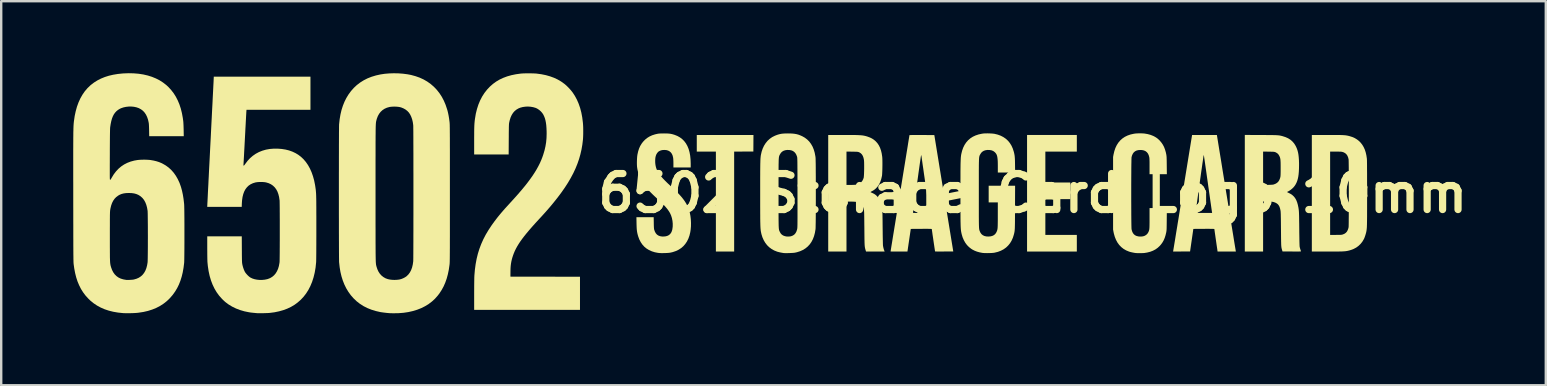
<source format=kicad_pcb>
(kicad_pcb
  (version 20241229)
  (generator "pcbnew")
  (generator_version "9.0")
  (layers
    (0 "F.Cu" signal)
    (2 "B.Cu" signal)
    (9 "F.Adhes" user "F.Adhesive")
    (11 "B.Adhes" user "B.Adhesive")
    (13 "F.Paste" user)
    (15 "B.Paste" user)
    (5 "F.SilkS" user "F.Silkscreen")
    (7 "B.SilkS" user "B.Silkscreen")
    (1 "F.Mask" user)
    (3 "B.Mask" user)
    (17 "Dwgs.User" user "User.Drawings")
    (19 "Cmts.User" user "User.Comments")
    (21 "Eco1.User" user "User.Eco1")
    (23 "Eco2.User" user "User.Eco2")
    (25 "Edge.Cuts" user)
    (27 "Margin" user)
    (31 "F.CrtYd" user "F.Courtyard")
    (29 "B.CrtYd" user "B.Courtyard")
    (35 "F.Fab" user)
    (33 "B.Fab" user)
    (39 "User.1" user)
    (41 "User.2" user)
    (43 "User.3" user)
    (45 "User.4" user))
  (footprint "6502 Storage Card Logo 10mm"
    (layer "F.Cu")
    (at 39.969 5)
    (property "Reference" "6502 Storage Card Logo 10mm" (at 0 0 0) (layer "F.SilkS") (effects (font (size 1.5 1.5) (thickness 0.3))))
    (attr board_only exclude_from_pos_files exclude_from_bom)
    (fp_poly (pts (xy -11.636 -2.084) (xy -11.638 -1.739) (xy -12.038 -1.737) (xy -12.438 -1.734) (xy -12.438 0.347) (xy -12.438 2.428) (xy -12.818 2.428) (xy -13.199 2.428) (xy -13.199 0.347) (xy -13.199 -1.735) (xy -13.597 -1.735) (xy -13.995 -1.735) (xy -13.995 -2.081) (xy -13.995 -2.428) (xy -12.814 -2.428) (xy -11.634 -2.428)) (stroke (width 0) (type solid)) (fill yes) (layer "F.SilkS"))
    (fp_poly (pts (xy 1.836 -2.081) (xy 1.836 -1.735) (xy 1.18 -1.735) (xy 0.525 -1.735) (xy 0.525 -1.091) (xy 0.525 -0.448) (xy 1.045 -0.448) (xy 1.565 -0.448) (xy 1.565 -0.102) (xy 1.565 0.245) (xy 1.045 0.245) (xy 0.525 0.245) (xy 0.525 0.99) (xy 0.525 1.735) (xy 1.18 1.735) (xy 1.836 1.735) (xy 1.836 2.081) (xy 1.836 2.428) (xy 0.8 2.428) (xy -0.237 2.428) (xy -0.237 0) (xy -0.237 -2.428) (xy 0.8 -2.428) (xy 1.836 -2.428)) (stroke (width 0) (type solid)) (fill yes) (layer "F.SilkS"))
    (fp_poly (pts (xy 7.153 -2.428) (xy 7.67 -2.428) (xy 7.79 -1.686) (xy 7.84 -1.383) (xy 7.887 -1.089) (xy 7.933 -0.805) (xy 7.978 -0.53) (xy 8.021 -0.266) (xy 8.062 -0.012) (xy 8.102 0.232) (xy 8.14 0.464) (xy 8.176 0.685) (xy 8.21 0.895) (xy 8.242 1.092) (xy 8.272 1.277) (xy 8.3 1.449) (xy 8.326 1.608) (xy 8.35 1.754) (xy 8.371 1.886) (xy 8.39 2.004) (xy 8.407 2.108) (xy 8.422 2.197) (xy 8.434 2.271) (xy 8.444 2.329) (xy 8.451 2.372) (xy 8.455 2.399) (xy 8.457 2.409) (xy 8.457 2.409) (xy 8.461 2.428) (xy 8.081 2.428) (xy 7.7 2.428) (xy 7.695 2.401) (xy 7.693 2.386) (xy 7.689 2.356) (xy 7.683 2.315) (xy 7.675 2.263) (xy 7.666 2.202) (xy 7.656 2.135) (xy 7.646 2.063) (xy 7.635 1.988) (xy 7.624 1.912) (xy 7.613 1.836) (xy 7.603 1.764) (xy 7.593 1.696) (xy 7.584 1.635) (xy 7.577 1.581) (xy 7.571 1.539) (xy 7.567 1.508) (xy 7.564 1.491) (xy 7.564 1.489) (xy 7.556 1.487) (xy 7.531 1.485) (xy 7.491 1.484) (xy 7.435 1.483) (xy 7.364 1.482) (xy 7.28 1.482) (xy 7.182 1.482) (xy 7.127 1.483) (xy 6.689 1.485) (xy 6.621 1.954) (xy 6.553 2.424) (xy 6.199 2.426) (xy 5.845 2.429) (xy 5.849 2.409) (xy 5.851 2.4) (xy 5.855 2.374) (xy 5.862 2.332) (xy 5.871 2.276) (xy 5.883 2.206) (xy 5.896 2.123) (xy 5.912 2.027) (xy 5.93 1.919) (xy 5.949 1.799) (xy 5.97 1.669) (xy 5.993 1.529) (xy 6.018 1.379) (xy 6.043 1.221) (xy 6.071 1.054) (xy 6.099 0.88) (xy 6.109 0.821) (xy 6.786 0.821) (xy 7.129 0.821) (xy 7.472 0.821) (xy 7.468 0.797) (xy 7.466 0.786) (xy 7.462 0.76) (xy 7.456 0.718) (xy 7.448 0.663) (xy 7.438 0.594) (xy 7.427 0.514) (xy 7.414 0.423) (xy 7.399 0.322) (xy 7.384 0.212) (xy 7.367 0.094) (xy 7.349 -0.031) (xy 7.331 -0.163) (xy 7.311 -0.299) (xy 7.297 -0.402) (xy 7.277 -0.541) (xy 7.258 -0.675) (xy 7.24 -0.804) (xy 7.223 -0.926) (xy 7.206 -1.041) (xy 7.191 -1.148) (xy 7.177 -1.245) (xy 7.165 -1.331) (xy 7.154 -1.407) (xy 7.144 -1.47) (xy 7.137 -1.52) (xy 7.132 -1.556) (xy 7.128 -1.576) (xy 7.128 -1.582) (xy 7.12 -1.58) (xy 7.118 -1.579) (xy 7.116 -1.57) (xy 7.113 -1.546) (xy 7.107 -1.507) (xy 7.099 -1.455) (xy 7.09 -1.39) (xy 7.079 -1.315) (xy 7.066 -1.23) (xy 7.053 -1.136) (xy 7.039 -1.035) (xy 7.023 -0.927) (xy 7.007 -0.814) (xy 6.991 -0.697) (xy 6.974 -0.577) (xy 6.957 -0.455) (xy 6.94 -0.333) (xy 6.923 -0.211) (xy 6.906 -0.091) (xy 6.89 0.027) (xy 6.874 0.14) (xy 6.859 0.248) (xy 6.845 0.35) (xy 6.833 0.444) (xy 6.821 0.53) (xy 6.811 0.606) (xy 6.802 0.671) (xy 6.795 0.723) (xy 6.79 0.763) (xy 6.787 0.788) (xy 6.786 0.797) (xy 6.786 0.821) (xy 6.109 0.821) (xy 6.128 0.7) (xy 6.159 0.513) (xy 6.19 0.321) (xy 6.222 0.125) (xy 6.245 -0.019) (xy 6.637 -2.428)) (stroke (width 0) (type solid)) (fill yes) (layer "F.SilkS"))
    (fp_poly (pts (xy 12.398 -2.428) (xy 12.512 -2.428) (xy 12.612 -2.428) (xy 12.699 -2.427) (xy 12.775 -2.426) (xy 12.84 -2.425) (xy 12.896 -2.423) (xy 12.944 -2.42) (xy 12.987 -2.417) (xy 13.024 -2.414) (xy 13.058 -2.409) (xy 13.089 -2.404) (xy 13.119 -2.398) (xy 13.15 -2.391) (xy 13.182 -2.383) (xy 13.184 -2.383) (xy 13.305 -2.345) (xy 13.413 -2.298) (xy 13.51 -2.239) (xy 13.597 -2.169) (xy 13.648 -2.118) (xy 13.719 -2.03) (xy 13.779 -1.932) (xy 13.829 -1.825) (xy 13.868 -1.706) (xy 13.898 -1.575) (xy 13.918 -1.437) (xy 13.919 -1.415) (xy 13.921 -1.377) (xy 13.922 -1.322) (xy 13.923 -1.251) (xy 13.924 -1.164) (xy 13.924 -1.06) (xy 13.925 -0.94) (xy 13.926 -0.805) (xy 13.926 -0.654) (xy 13.926 -0.487) (xy 13.927 -0.305) (xy 13.927 -0.107) (xy 13.927 0) (xy 13.927 0.182) (xy 13.927 0.349) (xy 13.927 0.5) (xy 13.927 0.636) (xy 13.926 0.759) (xy 13.926 0.87) (xy 13.926 0.968) (xy 13.925 1.056) (xy 13.924 1.133) (xy 13.923 1.202) (xy 13.922 1.261) (xy 13.921 1.313) (xy 13.919 1.359) (xy 13.918 1.398) (xy 13.916 1.433) (xy 13.913 1.463) (xy 13.911 1.49) (xy 13.908 1.514) (xy 13.905 1.537) (xy 13.902 1.559) (xy 13.898 1.581) (xy 13.896 1.591) (xy 13.886 1.638) (xy 13.871 1.693) (xy 13.853 1.752) (xy 13.834 1.809) (xy 13.815 1.86) (xy 13.798 1.899) (xy 13.797 1.902) (xy 13.733 2.011) (xy 13.658 2.107) (xy 13.572 2.19) (xy 13.476 2.261) (xy 13.368 2.319) (xy 13.248 2.364) (xy 13.184 2.383) (xy 13.151 2.391) (xy 13.121 2.398) (xy 13.09 2.404) (xy 13.059 2.409) (xy 13.026 2.414) (xy 12.988 2.417) (xy 12.946 2.42) (xy 12.898 2.423) (xy 12.842 2.425) (xy 12.778 2.426) (xy 12.703 2.427) (xy 12.616 2.428) (xy 12.517 2.428) (xy 12.403 2.428) (xy 12.274 2.428) (xy 12.268 2.428) (xy 11.625 2.428) (xy 11.625 0) (xy 12.387 0) (xy 12.387 1.735) (xy 12.621 1.735) (xy 12.692 1.734) (xy 12.748 1.734) (xy 12.792 1.733) (xy 12.826 1.732) (xy 12.853 1.73) (xy 12.874 1.727) (xy 12.893 1.723) (xy 12.912 1.717) (xy 12.98 1.69) (xy 13.037 1.651) (xy 13.084 1.601) (xy 13.119 1.537) (xy 13.146 1.461) (xy 13.157 1.409) (xy 13.158 1.394) (xy 13.159 1.363) (xy 13.16 1.318) (xy 13.161 1.258) (xy 13.162 1.187) (xy 13.162 1.104) (xy 13.163 1.01) (xy 13.164 0.908) (xy 13.164 0.797) (xy 13.165 0.68) (xy 13.165 0.557) (xy 13.165 0.429) (xy 13.166 0.298) (xy 13.166 0.164) (xy 13.166 0.029) (xy 13.166 -0.107) (xy 13.166 -0.241) (xy 13.165 -0.374) (xy 13.165 -0.504) (xy 13.165 -0.629) (xy 13.164 -0.749) (xy 13.164 -0.862) (xy 13.163 -0.968) (xy 13.163 -1.066) (xy 13.162 -1.153) (xy 13.161 -1.23) (xy 13.16 -1.294) (xy 13.159 -1.346) (xy 13.158 -1.383) (xy 13.157 -1.405) (xy 13.157 -1.409) (xy 13.136 -1.494) (xy 13.106 -1.565) (xy 13.066 -1.623) (xy 13.015 -1.669) (xy 12.954 -1.703) (xy 12.912 -1.717) (xy 12.893 -1.723) (xy 12.874 -1.727) (xy 12.853 -1.73) (xy 12.826 -1.732) (xy 12.791 -1.733) (xy 12.747 -1.734) (xy 12.691 -1.734) (xy 12.621 -1.735) (xy 12.387 -1.735) (xy 12.387 0) (xy 11.625 0) (xy 11.625 -2.428) (xy 12.268 -2.428)) (stroke (width 0) (type solid)) (fill yes) (layer "F.SilkS"))
    (fp_poly (pts (xy 4.497 -2.496) (xy 4.56 -2.494) (xy 4.616 -2.491) (xy 4.659 -2.487) (xy 4.79 -2.464) (xy 4.909 -2.431) (xy 5.018 -2.388) (xy 5.068 -2.363) (xy 5.141 -2.32) (xy 5.204 -2.274) (xy 5.264 -2.219) (xy 5.29 -2.193) (xy 5.359 -2.111) (xy 5.418 -2.024) (xy 5.468 -1.93) (xy 5.508 -1.825) (xy 5.542 -1.709) (xy 5.56 -1.625) (xy 5.565 -1.601) (xy 5.568 -1.578) (xy 5.571 -1.552) (xy 5.574 -1.523) (xy 5.576 -1.488) (xy 5.577 -1.445) (xy 5.579 -1.393) (xy 5.58 -1.329) (xy 5.581 -1.252) (xy 5.582 -1.166) (xy 5.586 -0.795) (xy 5.225 -0.795) (xy 4.865 -0.795) (xy 4.865 -1.121) (xy 4.865 -1.209) (xy 4.865 -1.283) (xy 4.864 -1.344) (xy 4.862 -1.393) (xy 4.861 -1.432) (xy 4.859 -1.462) (xy 4.856 -1.487) (xy 4.852 -1.507) (xy 4.852 -1.508) (xy 4.829 -1.589) (xy 4.795 -1.658) (xy 4.751 -1.712) (xy 4.697 -1.754) (xy 4.632 -1.783) (xy 4.555 -1.799) (xy 4.484 -1.803) (xy 4.399 -1.797) (xy 4.324 -1.779) (xy 4.261 -1.747) (xy 4.209 -1.703) (xy 4.167 -1.645) (xy 4.135 -1.574) (xy 4.116 -1.505) (xy 4.114 -1.489) (xy 4.113 -1.456) (xy 4.111 -1.409) (xy 4.11 -1.347) (xy 4.109 -1.274) (xy 4.107 -1.189) (xy 4.106 -1.093) (xy 4.105 -0.988) (xy 4.105 -0.875) (xy 4.104 -0.755) (xy 4.103 -0.629) (xy 4.103 -0.497) (xy 4.102 -0.362) (xy 4.102 -0.224) (xy 4.102 -0.084) (xy 4.102 0.056) (xy 4.102 0.196) (xy 4.102 0.335) (xy 4.103 0.471) (xy 4.103 0.603) (xy 4.104 0.73) (xy 4.104 0.852) (xy 4.105 0.966) (xy 4.106 1.073) (xy 4.107 1.17) (xy 4.108 1.257) (xy 4.109 1.333) (xy 4.111 1.397) (xy 4.112 1.447) (xy 4.114 1.482) (xy 4.116 1.502) (xy 4.116 1.504) (xy 4.139 1.586) (xy 4.17 1.654) (xy 4.211 1.708) (xy 4.261 1.749) (xy 4.323 1.779) (xy 4.397 1.797) (xy 4.427 1.801) (xy 4.516 1.804) (xy 4.596 1.794) (xy 4.667 1.77) (xy 4.727 1.733) (xy 4.777 1.684) (xy 4.816 1.621) (xy 4.829 1.591) (xy 4.837 1.569) (xy 4.844 1.549) (xy 4.849 1.527) (xy 4.854 1.503) (xy 4.857 1.474) (xy 4.86 1.44) (xy 4.862 1.398) (xy 4.863 1.347) (xy 4.864 1.285) (xy 4.865 1.211) (xy 4.865 1.123) (xy 4.865 1.036) (xy 4.865 0.618) (xy 5.225 0.618) (xy 5.586 0.618) (xy 5.582 1.077) (xy 5.581 1.178) (xy 5.58 1.264) (xy 5.579 1.336) (xy 5.578 1.396) (xy 5.577 1.446) (xy 5.576 1.486) (xy 5.574 1.52) (xy 5.572 1.547) (xy 5.569 1.571) (xy 5.566 1.592) (xy 5.563 1.613) (xy 5.561 1.625) (xy 5.531 1.75) (xy 5.496 1.861) (xy 5.453 1.961) (xy 5.401 2.052) (xy 5.339 2.137) (xy 5.29 2.193) (xy 5.205 2.272) (xy 5.111 2.339) (xy 5.008 2.393) (xy 4.893 2.437) (xy 4.767 2.469) (xy 4.659 2.487) (xy 4.628 2.49) (xy 4.585 2.492) (xy 4.533 2.494) (xy 4.476 2.494) (xy 4.419 2.495) (xy 4.366 2.494) (xy 4.322 2.492) (xy 4.29 2.49) (xy 4.24 2.483) (xy 4.181 2.472) (xy 4.119 2.459) (xy 4.061 2.445) (xy 4.013 2.43) (xy 4.004 2.427) (xy 3.887 2.378) (xy 3.781 2.316) (xy 3.686 2.241) (xy 3.602 2.154) (xy 3.529 2.054) (xy 3.468 1.941) (xy 3.418 1.817) (xy 3.379 1.68) (xy 3.365 1.614) (xy 3.346 1.51) (xy 3.346 0) (xy 3.346 -1.51) (xy 3.365 -1.614) (xy 3.399 -1.757) (xy 3.443 -1.887) (xy 3.499 -2.004) (xy 3.566 -2.109) (xy 3.645 -2.202) (xy 3.735 -2.282) (xy 3.836 -2.35) (xy 3.949 -2.405) (xy 4.073 -2.448) (xy 4.209 -2.478) (xy 4.267 -2.487) (xy 4.311 -2.491) (xy 4.368 -2.494) (xy 4.431 -2.496)) (stroke (width 0) (type solid)) (fill yes) (layer "F.SilkS"))
    (fp_poly (pts (xy -4.677 -2.426) (xy -4.618 -2.426) (xy -4.1 -2.424) (xy -3.706 0) (xy -3.311 2.424) (xy -3.688 2.426) (xy -3.766 2.427) (xy -3.839 2.427) (xy -3.904 2.427) (xy -3.962 2.427) (xy -4.008 2.426) (xy -4.043 2.426) (xy -4.063 2.425) (xy -4.068 2.424) (xy -4.07 2.416) (xy -4.074 2.392) (xy -4.08 2.355) (xy -4.087 2.307) (xy -4.096 2.25) (xy -4.105 2.185) (xy -4.116 2.115) (xy -4.127 2.04) (xy -4.138 1.964) (xy -4.149 1.887) (xy -4.16 1.813) (xy -4.171 1.741) (xy -4.18 1.675) (xy -4.188 1.617) (xy -4.195 1.567) (xy -4.201 1.528) (xy -4.204 1.502) (xy -4.205 1.491) (xy -4.208 1.489) (xy -4.219 1.487) (xy -4.237 1.485) (xy -4.265 1.484) (xy -4.303 1.483) (xy -4.354 1.482) (xy -4.417 1.482) (xy -4.494 1.482) (xy -4.586 1.482) (xy -4.643 1.483) (xy -5.081 1.485) (xy -5.15 1.954) (xy -5.163 2.042) (xy -5.175 2.123) (xy -5.186 2.199) (xy -5.196 2.266) (xy -5.204 2.323) (xy -5.211 2.369) (xy -5.216 2.403) (xy -5.219 2.422) (xy -5.22 2.426) (xy -5.228 2.427) (xy -5.251 2.427) (xy -5.287 2.428) (xy -5.333 2.428) (xy -5.387 2.428) (xy -5.448 2.428) (xy -5.513 2.428) (xy -5.579 2.428) (xy -5.645 2.428) (xy -5.709 2.428) (xy -5.769 2.428) (xy -5.821 2.427) (xy -5.865 2.427) (xy -5.898 2.426) (xy -5.918 2.426) (xy -5.923 2.425) (xy -5.921 2.417) (xy -5.917 2.392) (xy -5.911 2.352) (xy -5.902 2.297) (xy -5.891 2.229) (xy -5.878 2.147) (xy -5.862 2.052) (xy -5.845 1.945) (xy -5.826 1.826) (xy -5.805 1.697) (xy -5.782 1.558) (xy -5.758 1.409) (xy -5.732 1.251) (xy -5.705 1.086) (xy -5.677 0.912) (xy -5.66 0.81) (xy -4.989 0.81) (xy -4.987 0.813) (xy -4.98 0.815) (xy -4.967 0.817) (xy -4.947 0.818) (xy -4.918 0.819) (xy -4.879 0.82) (xy -4.828 0.82) (xy -4.763 0.821) (xy -4.684 0.821) (xy -4.646 0.821) (xy -4.298 0.821) (xy -4.302 0.802) (xy -4.304 0.791) (xy -4.308 0.765) (xy -4.314 0.724) (xy -4.322 0.669) (xy -4.331 0.601) (xy -4.343 0.521) (xy -4.356 0.43) (xy -4.37 0.33) (xy -4.385 0.22) (xy -4.402 0.102) (xy -4.42 -0.023) (xy -4.438 -0.154) (xy -4.458 -0.29) (xy -4.473 -0.398) (xy -4.492 -0.537) (xy -4.511 -0.672) (xy -4.53 -0.801) (xy -4.547 -0.923) (xy -4.563 -1.038) (xy -4.579 -1.145) (xy -4.593 -1.242) (xy -4.605 -1.329) (xy -4.616 -1.405) (xy -4.625 -1.468) (xy -4.632 -1.519) (xy -4.638 -1.555) (xy -4.641 -1.576) (xy -4.642 -1.582) (xy -4.65 -1.58) (xy -4.652 -1.577) (xy -4.654 -1.568) (xy -4.658 -1.543) (xy -4.665 -1.503) (xy -4.673 -1.45) (xy -4.682 -1.383) (xy -4.694 -1.304) (xy -4.707 -1.215) (xy -4.721 -1.115) (xy -4.736 -1.006) (xy -4.753 -0.889) (xy -4.77 -0.764) (xy -4.788 -0.634) (xy -4.807 -0.498) (xy -4.822 -0.389) (xy -4.841 -0.25) (xy -4.86 -0.115) (xy -4.878 0.015) (xy -4.895 0.138) (xy -4.911 0.254) (xy -4.926 0.361) (xy -4.94 0.46) (xy -4.952 0.548) (xy -4.963 0.624) (xy -4.972 0.689) (xy -4.979 0.74) (xy -4.985 0.777) (xy -4.988 0.8) (xy -4.989 0.806) (xy -4.989 0.81) (xy -5.66 0.81) (xy -5.648 0.732) (xy -5.617 0.546) (xy -5.586 0.354) (xy -5.554 0.158) (xy -5.529 0.005) (xy -5.497 -0.195) (xy -5.465 -0.391) (xy -5.434 -0.582) (xy -5.404 -0.767) (xy -5.375 -0.945) (xy -5.347 -1.117) (xy -5.32 -1.281) (xy -5.295 -1.437) (xy -5.271 -1.584) (xy -5.249 -1.721) (xy -5.228 -1.848) (xy -5.209 -1.964) (xy -5.193 -2.068) (xy -5.178 -2.161) (xy -5.165 -2.24) (xy -5.154 -2.306) (xy -5.146 -2.357) (xy -5.14 -2.394) (xy -5.137 -2.415) (xy -5.136 -2.421) (xy -5.128 -2.422) (xy -5.103 -2.424) (xy -5.064 -2.425) (xy -5.011 -2.426) (xy -4.944 -2.426) (xy -4.866 -2.427) (xy -4.776 -2.427)) (stroke (width 0) (type solid)) (fill yes) (layer "F.SilkS"))
    (fp_poly (pts (xy -7.757 -2.428) (xy -7.636 -2.428) (xy -7.529 -2.427) (xy -7.436 -2.426) (xy -7.354 -2.425) (xy -7.282 -2.422) (xy -7.219 -2.419) (xy -7.164 -2.416) (xy -7.115 -2.411) (xy -7.072 -2.406) (xy -7.032 -2.399) (xy -6.995 -2.391) (xy -6.958 -2.382) (xy -6.922 -2.372) (xy -6.884 -2.36) (xy -6.874 -2.356) (xy -6.779 -2.321) (xy -6.698 -2.281) (xy -6.625 -2.234) (xy -6.557 -2.178) (xy -6.538 -2.16) (xy -6.469 -2.083) (xy -6.411 -1.996) (xy -6.362 -1.898) (xy -6.323 -1.787) (xy -6.293 -1.665) (xy -6.272 -1.528) (xy -6.269 -1.5) (xy -6.266 -1.46) (xy -6.264 -1.407) (xy -6.263 -1.343) (xy -6.262 -1.271) (xy -6.262 -1.195) (xy -6.263 -1.116) (xy -6.264 -1.037) (xy -6.266 -0.961) (xy -6.269 -0.89) (xy -6.272 -0.827) (xy -6.275 -0.775) (xy -6.279 -0.736) (xy -6.281 -0.723) (xy -6.311 -0.592) (xy -6.351 -0.474) (xy -6.402 -0.369) (xy -6.464 -0.277) (xy -6.536 -0.198) (xy -6.619 -0.132) (xy -6.689 -0.091) (xy -6.72 -0.075) (xy -6.743 -0.061) (xy -6.756 -0.051) (xy -6.758 -0.048) (xy -6.75 -0.042) (xy -6.729 -0.032) (xy -6.701 -0.019) (xy -6.694 -0.016) (xy -6.61 0.024) (xy -6.536 0.075) (xy -6.472 0.137) (xy -6.417 0.211) (xy -6.37 0.297) (xy -6.331 0.396) (xy -6.3 0.51) (xy -6.276 0.638) (xy -6.272 0.663) (xy -6.27 0.684) (xy -6.268 0.71) (xy -6.266 0.742) (xy -6.264 0.781) (xy -6.262 0.829) (xy -6.26 0.885) (xy -6.259 0.953) (xy -6.258 1.031) (xy -6.256 1.123) (xy -6.255 1.228) (xy -6.254 1.349) (xy -6.253 1.447) (xy -6.251 1.591) (xy -6.25 1.721) (xy -6.248 1.836) (xy -6.246 1.936) (xy -6.244 2.02) (xy -6.243 2.088) (xy -6.241 2.141) (xy -6.239 2.177) (xy -6.237 2.195) (xy -6.221 2.274) (xy -6.202 2.343) (xy -6.185 2.39) (xy -6.169 2.428) (xy -6.557 2.428) (xy -6.945 2.428) (xy -6.962 2.371) (xy -6.97 2.345) (xy -6.977 2.321) (xy -6.983 2.297) (xy -6.988 2.273) (xy -6.993 2.247) (xy -6.997 2.219) (xy -7 2.186) (xy -7.003 2.147) (xy -7.005 2.102) (xy -7.007 2.049) (xy -7.008 1.986) (xy -7.01 1.913) (xy -7.011 1.829) (xy -7.012 1.732) (xy -7.013 1.62) (xy -7.014 1.493) (xy -7.014 1.455) (xy -7.016 1.327) (xy -7.017 1.215) (xy -7.018 1.117) (xy -7.019 1.033) (xy -7.02 0.961) (xy -7.021 0.9) (xy -7.022 0.85) (xy -7.023 0.808) (xy -7.025 0.775) (xy -7.027 0.747) (xy -7.028 0.726) (xy -7.031 0.708) (xy -7.033 0.694) (xy -7.035 0.688) (xy -7.053 0.619) (xy -7.072 0.564) (xy -7.096 0.519) (xy -7.124 0.48) (xy -7.154 0.449) (xy -7.189 0.421) (xy -7.227 0.398) (xy -7.27 0.379) (xy -7.32 0.366) (xy -7.379 0.356) (xy -7.45 0.351) (xy -7.534 0.348) (xy -7.587 0.347) (xy -7.759 0.347) (xy -7.759 1.388) (xy -7.759 2.428) (xy -8.14 2.428) (xy -8.52 2.428) (xy -8.52 0) (xy -8.52 -1.041) (xy -7.759 -1.041) (xy -7.759 -0.347) (xy -7.587 -0.347) (xy -7.516 -0.348) (xy -7.453 -0.35) (xy -7.4 -0.353) (xy -7.36 -0.358) (xy -7.352 -0.359) (xy -7.272 -0.38) (xy -7.203 -0.413) (xy -7.146 -0.459) (xy -7.099 -0.517) (xy -7.062 -0.588) (xy -7.042 -0.647) (xy -7.038 -0.671) (xy -7.035 -0.709) (xy -7.031 -0.758) (xy -7.028 -0.818) (xy -7.026 -0.885) (xy -7.024 -0.956) (xy -7.023 -1.03) (xy -7.023 -1.103) (xy -7.023 -1.174) (xy -7.024 -1.24) (xy -7.025 -1.298) (xy -7.028 -1.346) (xy -7.031 -1.382) (xy -7.031 -1.388) (xy -7.05 -1.477) (xy -7.077 -1.552) (xy -7.114 -1.614) (xy -7.16 -1.663) (xy -7.217 -1.7) (xy -7.241 -1.711) (xy -7.256 -1.716) (xy -7.272 -1.721) (xy -7.289 -1.724) (xy -7.311 -1.727) (xy -7.34 -1.729) (xy -7.377 -1.73) (xy -7.426 -1.731) (xy -7.489 -1.732) (xy -7.524 -1.733) (xy -7.759 -1.736) (xy -7.759 -1.041) (xy -8.52 -1.041) (xy -8.52 -2.428) (xy -7.894 -2.428)) (stroke (width 0) (type solid)) (fill yes) (layer "F.SilkS"))
    (fp_poly (pts (xy -15.277 -2.491) (xy -15.207 -2.489) (xy -15.146 -2.484) (xy -15.092 -2.477) (xy -15.04 -2.467) (xy -14.988 -2.454) (xy -14.931 -2.436) (xy -14.917 -2.432) (xy -14.8 -2.385) (xy -14.694 -2.325) (xy -14.6 -2.254) (xy -14.517 -2.17) (xy -14.445 -2.074) (xy -14.385 -1.966) (xy -14.335 -1.845) (xy -14.297 -1.711) (xy -14.27 -1.565) (xy -14.254 -1.406) (xy -14.248 -1.237) (xy -14.248 -1.075) (xy -14.608 -1.075) (xy -14.968 -1.075) (xy -14.968 -1.237) (xy -14.969 -1.319) (xy -14.972 -1.391) (xy -14.976 -1.451) (xy -14.98 -1.481) (xy -15 -1.566) (xy -15.031 -1.638) (xy -15.073 -1.698) (xy -15.126 -1.744) (xy -15.189 -1.778) (xy -15.263 -1.798) (xy -15.347 -1.804) (xy -15.412 -1.801) (xy -15.467 -1.791) (xy -15.522 -1.773) (xy -15.571 -1.748) (xy -15.604 -1.723) (xy -15.647 -1.673) (xy -15.681 -1.615) (xy -15.705 -1.549) (xy -15.721 -1.472) (xy -15.727 -1.384) (xy -15.727 -1.297) (xy -15.721 -1.218) (xy -15.709 -1.142) (xy -15.691 -1.068) (xy -15.666 -0.995) (xy -15.632 -0.923) (xy -15.589 -0.849) (xy -15.537 -0.774) (xy -15.475 -0.695) (xy -15.402 -0.612) (xy -15.316 -0.523) (xy -15.219 -0.427) (xy -15.108 -0.324) (xy -15.073 -0.292) (xy -14.946 -0.174) (xy -14.832 -0.063) (xy -14.731 0.042) (xy -14.642 0.142) (xy -14.564 0.238) (xy -14.497 0.331) (xy -14.439 0.422) (xy -14.391 0.513) (xy -14.35 0.606) (xy -14.316 0.699) (xy -14.289 0.797) (xy -14.286 0.806) (xy -14.26 0.942) (xy -14.243 1.086) (xy -14.236 1.235) (xy -14.238 1.383) (xy -14.251 1.527) (xy -14.266 1.623) (xy -14.3 1.764) (xy -14.346 1.892) (xy -14.404 2.009) (xy -14.474 2.113) (xy -14.555 2.205) (xy -14.648 2.285) (xy -14.753 2.353) (xy -14.869 2.408) (xy -14.997 2.451) (xy -15.082 2.471) (xy -15.13 2.479) (xy -15.19 2.485) (xy -15.259 2.489) (xy -15.333 2.492) (xy -15.408 2.493) (xy -15.479 2.493) (xy -15.544 2.49) (xy -15.596 2.485) (xy -15.606 2.484) (xy -15.745 2.457) (xy -15.871 2.417) (xy -15.986 2.365) (xy -16.09 2.301) (xy -16.182 2.225) (xy -16.262 2.136) (xy -16.331 2.034) (xy -16.39 1.92) (xy -16.437 1.792) (xy -16.452 1.739) (xy -16.466 1.685) (xy -16.477 1.632) (xy -16.486 1.578) (xy -16.493 1.521) (xy -16.498 1.456) (xy -16.501 1.381) (xy -16.504 1.294) (xy -16.505 1.242) (xy -16.509 0.998) (xy -16.15 0.998) (xy -15.79 0.998) (xy -15.786 1.233) (xy -15.785 1.309) (xy -15.783 1.37) (xy -15.781 1.418) (xy -15.778 1.456) (xy -15.775 1.485) (xy -15.771 1.507) (xy -15.768 1.519) (xy -15.739 1.6) (xy -15.701 1.667) (xy -15.654 1.721) (xy -15.597 1.76) (xy -15.53 1.787) (xy -15.452 1.801) (xy -15.397 1.803) (xy -15.308 1.797) (xy -15.231 1.779) (xy -15.165 1.748) (xy -15.11 1.704) (xy -15.066 1.648) (xy -15.034 1.579) (xy -15.014 1.509) (xy -14.998 1.393) (xy -14.996 1.272) (xy -15.007 1.151) (xy -15.031 1.032) (xy -15.067 0.919) (xy -15.112 0.822) (xy -15.163 0.739) (xy -15.228 0.649) (xy -15.308 0.554) (xy -15.4 0.455) (xy -15.506 0.352) (xy -15.548 0.313) (xy -15.65 0.22) (xy -15.74 0.136) (xy -15.82 0.06) (xy -15.89 -0.009) (xy -15.952 -0.071) (xy -16.008 -0.13) (xy -16.057 -0.185) (xy -16.102 -0.238) (xy -16.144 -0.291) (xy -16.183 -0.344) (xy -16.222 -0.399) (xy -16.238 -0.423) (xy -16.318 -0.557) (xy -16.383 -0.696) (xy -16.432 -0.842) (xy -16.467 -0.995) (xy -16.483 -1.1) (xy -16.487 -1.157) (xy -16.489 -1.225) (xy -16.489 -1.301) (xy -16.487 -1.38) (xy -16.483 -1.457) (xy -16.478 -1.529) (xy -16.47 -1.59) (xy -16.466 -1.616) (xy -16.437 -1.745) (xy -16.4 -1.86) (xy -16.354 -1.964) (xy -16.298 -2.058) (xy -16.238 -2.139) (xy -16.155 -2.227) (xy -16.064 -2.302) (xy -15.964 -2.364) (xy -15.853 -2.415) (xy -15.731 -2.454) (xy -15.651 -2.472) (xy -15.617 -2.479) (xy -15.585 -2.484) (xy -15.552 -2.487) (xy -15.515 -2.489) (xy -15.47 -2.491) (xy -15.414 -2.491) (xy -15.361 -2.492)) (stroke (width 0) (type solid)) (fill yes) (layer "F.SilkS"))
    (fp_poly (pts (xy 9.508 -2.426) (xy 9.636 -2.426) (xy 9.748 -2.425) (xy 9.846 -2.424) (xy 9.931 -2.424) (xy 10.004 -2.423) (xy 10.066 -2.421) (xy 10.12 -2.42) (xy 10.166 -2.417) (xy 10.206 -2.415) (xy 10.24 -2.412) (xy 10.27 -2.408) (xy 10.298 -2.403) (xy 10.325 -2.398) (xy 10.352 -2.392) (xy 10.38 -2.385) (xy 10.41 -2.377) (xy 10.53 -2.338) (xy 10.637 -2.29) (xy 10.732 -2.23) (xy 10.814 -2.159) (xy 10.886 -2.076) (xy 10.946 -1.981) (xy 10.974 -1.926) (xy 11.006 -1.851) (xy 11.032 -1.772) (xy 11.053 -1.688) (xy 11.069 -1.595) (xy 11.08 -1.492) (xy 11.088 -1.378) (xy 11.092 -1.25) (xy 11.092 -1.172) (xy 11.09 -1.03) (xy 11.084 -0.903) (xy 11.074 -0.79) (xy 11.06 -0.688) (xy 11.04 -0.597) (xy 11.016 -0.515) (xy 10.986 -0.439) (xy 10.95 -0.369) (xy 10.914 -0.313) (xy 10.867 -0.253) (xy 10.807 -0.194) (xy 10.742 -0.141) (xy 10.674 -0.096) (xy 10.629 -0.073) (xy 10.608 -0.062) (xy 10.596 -0.052) (xy 10.595 -0.049) (xy 10.604 -0.043) (xy 10.624 -0.032) (xy 10.652 -0.018) (xy 10.661 -0.014) (xy 10.743 0.028) (xy 10.814 0.077) (xy 10.877 0.136) (xy 10.93 0.204) (xy 10.975 0.284) (xy 11.012 0.375) (xy 11.042 0.481) (xy 11.067 0.6) (xy 11.077 0.668) (xy 11.08 0.692) (xy 11.083 0.717) (xy 11.085 0.743) (xy 11.087 0.772) (xy 11.089 0.806) (xy 11.091 0.845) (xy 11.092 0.891) (xy 11.094 0.946) (xy 11.095 1.01) (xy 11.096 1.085) (xy 11.097 1.172) (xy 11.099 1.272) (xy 11.1 1.388) (xy 11.101 1.485) (xy 11.102 1.619) (xy 11.104 1.742) (xy 11.106 1.853) (xy 11.107 1.951) (xy 11.109 2.035) (xy 11.111 2.105) (xy 11.113 2.16) (xy 11.115 2.2) (xy 11.117 2.223) (xy 11.117 2.227) (xy 11.125 2.261) (xy 11.136 2.303) (xy 11.15 2.348) (xy 11.163 2.388) (xy 11.173 2.414) (xy 11.173 2.417) (xy 11.171 2.42) (xy 11.165 2.422) (xy 11.154 2.424) (xy 11.135 2.425) (xy 11.109 2.426) (xy 11.072 2.427) (xy 11.025 2.427) (xy 10.964 2.427) (xy 10.89 2.427) (xy 10.801 2.426) (xy 10.791 2.426) (xy 10.404 2.424) (xy 10.388 2.373) (xy 10.381 2.349) (xy 10.374 2.327) (xy 10.369 2.306) (xy 10.364 2.284) (xy 10.359 2.26) (xy 10.356 2.234) (xy 10.353 2.203) (xy 10.35 2.167) (xy 10.348 2.124) (xy 10.347 2.073) (xy 10.345 2.013) (xy 10.344 1.943) (xy 10.343 1.861) (xy 10.342 1.766) (xy 10.341 1.658) (xy 10.34 1.534) (xy 10.339 1.493) (xy 10.338 1.363) (xy 10.337 1.248) (xy 10.336 1.147) (xy 10.335 1.061) (xy 10.333 0.987) (xy 10.332 0.924) (xy 10.331 0.872) (xy 10.329 0.828) (xy 10.327 0.793) (xy 10.326 0.765) (xy 10.323 0.743) (xy 10.321 0.725) (xy 10.32 0.719) (xy 10.301 0.634) (xy 10.278 0.564) (xy 10.247 0.506) (xy 10.21 0.459) (xy 10.163 0.422) (xy 10.105 0.391) (xy 10.063 0.375) (xy 10.041 0.368) (xy 10.022 0.362) (xy 10.001 0.358) (xy 9.978 0.355) (xy 9.948 0.353) (xy 9.91 0.351) (xy 9.86 0.35) (xy 9.796 0.349) (xy 9.595 0.345) (xy 9.595 1.387) (xy 9.595 2.428) (xy 9.214 2.428) (xy 8.833 2.428) (xy 8.833 -0.000421) (xy 8.833 -1.04) (xy 9.595 -1.04) (xy 9.595 -0.345) (xy 9.796 -0.349) (xy 9.865 -0.351) (xy 9.92 -0.353) (xy 9.962 -0.355) (xy 9.995 -0.358) (xy 10.02 -0.362) (xy 10.04 -0.367) (xy 10.043 -0.368) (xy 10.118 -0.398) (xy 10.18 -0.437) (xy 10.23 -0.486) (xy 10.269 -0.547) (xy 10.299 -0.62) (xy 10.312 -0.669) (xy 10.316 -0.688) (xy 10.319 -0.71) (xy 10.321 -0.736) (xy 10.323 -0.768) (xy 10.324 -0.808) (xy 10.325 -0.858) (xy 10.326 -0.92) (xy 10.326 -0.996) (xy 10.326 -1.049) (xy 10.326 -1.143) (xy 10.325 -1.222) (xy 10.324 -1.289) (xy 10.321 -1.343) (xy 10.318 -1.389) (xy 10.313 -1.428) (xy 10.306 -1.461) (xy 10.298 -1.491) (xy 10.287 -1.519) (xy 10.275 -1.548) (xy 10.267 -1.563) (xy 10.232 -1.62) (xy 10.186 -1.665) (xy 10.129 -1.7) (xy 10.105 -1.711) (xy 10.089 -1.716) (xy 10.074 -1.721) (xy 10.057 -1.724) (xy 10.035 -1.727) (xy 10.007 -1.729) (xy 9.97 -1.73) (xy 9.922 -1.731) (xy 9.86 -1.732) (xy 9.825 -1.733) (xy 9.595 -1.736) (xy 9.595 -1.04) (xy 8.833 -1.04) (xy 8.833 -2.429)) (stroke (width 0) (type solid)) (fill yes) (layer "F.SilkS"))
    (fp_poly (pts (xy -20.912 -4.995) (xy -20.836 -4.993) (xy -20.768 -4.991) (xy -20.71 -4.988) (xy -20.67 -4.985) (xy -20.47 -4.958) (xy -20.283 -4.92) (xy -20.107 -4.87) (xy -19.943 -4.81) (xy -19.789 -4.738) (xy -19.645 -4.654) (xy -19.511 -4.558) (xy -19.49 -4.541) (xy -19.434 -4.493) (xy -19.374 -4.435) (xy -19.312 -4.372) (xy -19.253 -4.306) (xy -19.201 -4.243) (xy -19.171 -4.205) (xy -19.074 -4.058) (xy -18.989 -3.9) (xy -18.916 -3.732) (xy -18.854 -3.553) (xy -18.804 -3.362) (xy -18.766 -3.16) (xy -18.739 -2.945) (xy -18.733 -2.873) (xy -18.729 -2.804) (xy -18.726 -2.722) (xy -18.725 -2.632) (xy -18.725 -2.539) (xy -18.726 -2.447) (xy -18.729 -2.36) (xy -18.733 -2.282) (xy -18.737 -2.229) (xy -18.762 -2.023) (xy -18.797 -1.821) (xy -18.843 -1.621) (xy -18.899 -1.424) (xy -18.967 -1.228) (xy -19.046 -1.033) (xy -19.138 -0.836) (xy -19.243 -0.639) (xy -19.36 -0.439) (xy -19.491 -0.236) (xy -19.637 -0.028) (xy -19.796 0.184) (xy -19.97 0.402) (xy -20.036 0.482) (xy -20.102 0.561) (xy -20.167 0.636) (xy -20.232 0.711) (xy -20.3 0.788) (xy -20.373 0.869) (xy -20.452 0.956) (xy -20.541 1.052) (xy -20.586 1.101) (xy -20.728 1.256) (xy -20.857 1.4) (xy -20.975 1.536) (xy -21.082 1.663) (xy -21.179 1.783) (xy -21.265 1.896) (xy -21.343 2.004) (xy -21.412 2.108) (xy -21.473 2.208) (xy -21.526 2.305) (xy -21.573 2.4) (xy -21.613 2.494) (xy -21.648 2.589) (xy -21.679 2.684) (xy -21.698 2.754) (xy -21.719 2.845) (xy -21.735 2.936) (xy -21.746 3.029) (xy -21.753 3.131) (xy -21.756 3.244) (xy -21.756 3.274) (xy -21.758 3.473) (xy -20.309 3.475) (xy -18.86 3.478) (xy -18.86 4.167) (xy -18.86 4.857) (xy -21.064 4.857) (xy -23.268 4.857) (xy -23.268 4.21) (xy -23.268 4.103) (xy -23.267 3.998) (xy -23.267 3.897) (xy -23.266 3.801) (xy -23.265 3.712) (xy -23.264 3.632) (xy -23.263 3.562) (xy -23.262 3.505) (xy -23.26 3.461) (xy -23.259 3.434) (xy -23.238 3.188) (xy -23.207 2.956) (xy -23.166 2.734) (xy -23.114 2.521) (xy -23.05 2.315) (xy -22.974 2.114) (xy -22.886 1.917) (xy -22.784 1.721) (xy -22.667 1.526) (xy -22.536 1.328) (xy -22.426 1.176) (xy -22.359 1.088) (xy -22.292 1.001) (xy -22.222 0.915) (xy -22.148 0.826) (xy -22.069 0.734) (xy -21.983 0.636) (xy -21.887 0.531) (xy -21.782 0.416) (xy -21.758 0.389) (xy -21.59 0.205) (xy -21.435 0.031) (xy -21.292 -0.136) (xy -21.161 -0.294) (xy -21.042 -0.445) (xy -20.933 -0.591) (xy -20.834 -0.731) (xy -20.745 -0.867) (xy -20.665 -0.999) (xy -20.594 -1.128) (xy -20.53 -1.255) (xy -20.474 -1.381) (xy -20.425 -1.507) (xy -20.389 -1.612) (xy -20.337 -1.786) (xy -20.298 -1.956) (xy -20.27 -2.126) (xy -20.254 -2.299) (xy -20.249 -2.48) (xy -20.25 -2.585) (xy -20.256 -2.719) (xy -20.265 -2.839) (xy -20.28 -2.946) (xy -20.299 -3.042) (xy -20.323 -3.128) (xy -20.354 -3.207) (xy -20.389 -3.279) (xy -20.432 -3.344) (xy -20.487 -3.407) (xy -20.551 -3.464) (xy -20.619 -3.512) (xy -20.687 -3.548) (xy -20.702 -3.554) (xy -20.806 -3.585) (xy -20.915 -3.604) (xy -21.027 -3.612) (xy -21.139 -3.607) (xy -21.247 -3.591) (xy -21.349 -3.564) (xy -21.426 -3.532) (xy -21.51 -3.482) (xy -21.584 -3.421) (xy -21.648 -3.348) (xy -21.703 -3.261) (xy -21.749 -3.162) (xy -21.785 -3.048) (xy -21.806 -2.959) (xy -21.809 -2.942) (xy -21.812 -2.925) (xy -21.815 -2.906) (xy -21.817 -2.885) (xy -21.819 -2.86) (xy -21.82 -2.83) (xy -21.821 -2.794) (xy -21.823 -2.749) (xy -21.823 -2.695) (xy -21.824 -2.631) (xy -21.825 -2.556) (xy -21.826 -2.467) (xy -21.826 -2.364) (xy -21.827 -2.245) (xy -21.827 -2.244) (xy -21.831 -1.616) (xy -22.549 -1.616) (xy -23.268 -1.616) (xy -23.268 -2.19) (xy -23.268 -2.317) (xy -23.267 -2.429) (xy -23.267 -2.528) (xy -23.266 -2.614) (xy -23.265 -2.689) (xy -23.263 -2.756) (xy -23.261 -2.816) (xy -23.258 -2.869) (xy -23.255 -2.919) (xy -23.25 -2.966) (xy -23.246 -3.013) (xy -23.24 -3.06) (xy -23.233 -3.109) (xy -23.199 -3.314) (xy -23.151 -3.508) (xy -23.092 -3.692) (xy -23.02 -3.865) (xy -22.936 -4.027) (xy -22.84 -4.177) (xy -22.732 -4.315) (xy -22.613 -4.442) (xy -22.483 -4.556) (xy -22.354 -4.65) (xy -22.212 -4.734) (xy -22.059 -4.806) (xy -21.894 -4.868) (xy -21.717 -4.918) (xy -21.528 -4.957) (xy -21.326 -4.985) (xy -21.322 -4.985) (xy -21.276 -4.989) (xy -21.216 -4.992) (xy -21.147 -4.994) (xy -21.071 -4.995) (xy -20.991 -4.995)) (stroke (width 0) (type solid)) (fill yes) (layer "F.SilkS"))
    (fp_poly (pts (xy -1.808 -2.493) (xy -1.736 -2.49) (xy -1.671 -2.485) (xy -1.616 -2.479) (xy -1.595 -2.476) (xy -1.46 -2.443) (xy -1.337 -2.398) (xy -1.224 -2.34) (xy -1.122 -2.27) (xy -1.032 -2.187) (xy -0.954 -2.092) (xy -0.887 -1.984) (xy -0.833 -1.865) (xy -0.791 -1.734) (xy -0.787 -1.722) (xy -0.776 -1.676) (xy -0.767 -1.633) (xy -0.759 -1.591) (xy -0.753 -1.547) (xy -0.749 -1.499) (xy -0.745 -1.444) (xy -0.742 -1.381) (xy -0.74 -1.307) (xy -0.739 -1.219) (xy -0.738 -1.174) (xy -0.735 -0.863) (xy -1.095 -0.863) (xy -1.455 -0.863) (xy -1.455 -1.127) (xy -1.456 -1.234) (xy -1.458 -1.326) (xy -1.463 -1.404) (xy -1.47 -1.47) (xy -1.479 -1.526) (xy -1.492 -1.574) (xy -1.508 -1.615) (xy -1.528 -1.65) (xy -1.553 -1.682) (xy -1.582 -1.712) (xy -1.591 -1.72) (xy -1.647 -1.76) (xy -1.713 -1.787) (xy -1.791 -1.801) (xy -1.792 -1.801) (xy -1.883 -1.804) (xy -1.964 -1.793) (xy -2.036 -1.77) (xy -2.097 -1.733) (xy -2.148 -1.684) (xy -2.186 -1.624) (xy -2.194 -1.609) (xy -2.201 -1.596) (xy -2.207 -1.584) (xy -2.213 -1.572) (xy -2.218 -1.559) (xy -2.222 -1.544) (xy -2.226 -1.527) (xy -2.23 -1.507) (xy -2.233 -1.483) (xy -2.236 -1.455) (xy -2.238 -1.42) (xy -2.24 -1.38) (xy -2.241 -1.333) (xy -2.243 -1.277) (xy -2.244 -1.213) (xy -2.245 -1.14) (xy -2.245 -1.057) (xy -2.246 -0.962) (xy -2.246 -0.856) (xy -2.246 -0.738) (xy -2.246 -0.606) (xy -2.246 -0.46) (xy -2.246 -0.299) (xy -2.246 -0.122) (xy -2.246 0) (xy -2.246 0.185) (xy -2.246 0.354) (xy -2.246 0.507) (xy -2.246 0.646) (xy -2.246 0.772) (xy -2.246 0.884) (xy -2.246 0.984) (xy -2.245 1.073) (xy -2.245 1.151) (xy -2.244 1.219) (xy -2.243 1.278) (xy -2.242 1.329) (xy -2.24 1.373) (xy -2.239 1.41) (xy -2.237 1.441) (xy -2.235 1.467) (xy -2.232 1.488) (xy -2.23 1.507) (xy -2.226 1.522) (xy -2.223 1.536) (xy -2.219 1.548) (xy -2.215 1.561) (xy -2.21 1.573) (xy -2.207 1.581) (xy -2.175 1.65) (xy -2.132 1.706) (xy -2.078 1.749) (xy -2.013 1.78) (xy -1.937 1.798) (xy -1.854 1.803) (xy -1.766 1.797) (xy -1.69 1.779) (xy -1.626 1.749) (xy -1.572 1.707) (xy -1.529 1.651) (xy -1.495 1.582) (xy -1.494 1.58) (xy -1.487 1.559) (xy -1.48 1.538) (xy -1.475 1.515) (xy -1.47 1.49) (xy -1.466 1.461) (xy -1.463 1.426) (xy -1.461 1.384) (xy -1.459 1.334) (xy -1.458 1.273) (xy -1.457 1.202) (xy -1.456 1.118) (xy -1.456 1.02) (xy -1.456 0.907) (xy -1.456 0.895) (xy -1.455 0.381) (xy -1.646 0.381) (xy -1.836 0.381) (xy -1.836 0.034) (xy -1.836 -0.313) (xy -1.286 -0.313) (xy -0.735 -0.313) (xy -0.739 0.59) (xy -0.739 0.737) (xy -0.74 0.869) (xy -0.74 0.985) (xy -0.741 1.088) (xy -0.741 1.178) (xy -0.742 1.257) (xy -0.743 1.325) (xy -0.745 1.384) (xy -0.746 1.435) (xy -0.748 1.479) (xy -0.751 1.516) (xy -0.753 1.549) (xy -0.757 1.578) (xy -0.76 1.604) (xy -0.765 1.628) (xy -0.77 1.651) (xy -0.775 1.675) (xy -0.782 1.701) (xy -0.787 1.722) (xy -0.828 1.854) (xy -0.882 1.974) (xy -0.947 2.082) (xy -1.025 2.178) (xy -1.113 2.262) (xy -1.214 2.334) (xy -1.326 2.393) (xy -1.449 2.44) (xy -1.582 2.473) (xy -1.595 2.476) (xy -1.639 2.482) (xy -1.695 2.487) (xy -1.761 2.49) (xy -1.831 2.492) (xy -1.901 2.493) (xy -1.969 2.492) (xy -2.03 2.49) (xy -2.08 2.486) (xy -2.098 2.484) (xy -2.216 2.461) (xy -2.321 2.432) (xy -2.417 2.395) (xy -2.506 2.35) (xy -2.565 2.313) (xy -2.656 2.242) (xy -2.739 2.158) (xy -2.811 2.061) (xy -2.872 1.952) (xy -2.923 1.833) (xy -2.961 1.703) (xy -2.977 1.629) (xy -2.982 1.604) (xy -2.986 1.578) (xy -2.99 1.551) (xy -2.993 1.522) (xy -2.996 1.49) (xy -2.999 1.453) (xy -3.001 1.412) (xy -3.003 1.365) (xy -3.005 1.311) (xy -3.006 1.25) (xy -3.008 1.181) (xy -3.009 1.102) (xy -3.01 1.014) (xy -3.01 0.915) (xy -3.011 0.804) (xy -3.011 0.681) (xy -3.012 0.544) (xy -3.012 0.393) (xy -3.012 0.227) (xy -3.012 0.046) (xy -3.012 0) (xy -3.012 -0.186) (xy -3.012 -0.355) (xy -3.012 -0.51) (xy -3.011 -0.65) (xy -3.011 -0.776) (xy -3.011 -0.89) (xy -3.01 -0.992) (xy -3.009 -1.083) (xy -3.008 -1.163) (xy -3.007 -1.235) (xy -3.005 -1.298) (xy -3.003 -1.353) (xy -3.001 -1.402) (xy -2.999 -1.444) (xy -2.997 -1.482) (xy -2.994 -1.515) (xy -2.99 -1.545) (xy -2.987 -1.572) (xy -2.983 -1.598) (xy -2.979 -1.622) (xy -2.978 -1.628) (xy -2.944 -1.768) (xy -2.899 -1.896) (xy -2.842 -2.012) (xy -2.773 -2.116) (xy -2.693 -2.208) (xy -2.601 -2.287) (xy -2.497 -2.354) (xy -2.382 -2.408) (xy -2.256 -2.45) (xy -2.118 -2.48) (xy -2.062 -2.488) (xy -2.012 -2.492) (xy -1.95 -2.494) (xy -1.88 -2.495)) (stroke (width 0) (type solid)) (fill yes) (layer "F.SilkS"))
    (fp_poly (pts (xy -10.088 -2.49) (xy -9.995 -2.485) (xy -9.911 -2.475) (xy -9.835 -2.461) (xy -9.762 -2.441) (xy -9.69 -2.414) (xy -9.615 -2.381) (xy -9.607 -2.378) (xy -9.497 -2.316) (xy -9.399 -2.242) (xy -9.312 -2.156) (xy -9.238 -2.057) (xy -9.174 -1.947) (xy -9.123 -1.824) (xy -9.083 -1.688) (xy -9.055 -1.541) (xy -9.049 -1.498) (xy -9.047 -1.475) (xy -9.045 -1.437) (xy -9.044 -1.384) (xy -9.043 -1.317) (xy -9.041 -1.238) (xy -9.04 -1.148) (xy -9.039 -1.047) (xy -9.039 -0.937) (xy -9.038 -0.82) (xy -9.037 -0.695) (xy -9.037 -0.565) (xy -9.036 -0.431) (xy -9.036 -0.293) (xy -9.036 -0.152) (xy -9.036 -0.011) (xy -9.036 0.131) (xy -9.036 0.272) (xy -9.036 0.41) (xy -9.037 0.545) (xy -9.037 0.676) (xy -9.038 0.802) (xy -9.038 0.92) (xy -9.039 1.031) (xy -9.04 1.133) (xy -9.041 1.225) (xy -9.043 1.306) (xy -9.044 1.374) (xy -9.045 1.43) (xy -9.047 1.47) (xy -9.048 1.495) (xy -9.049 1.498) (xy -9.074 1.648) (xy -9.111 1.787) (xy -9.159 1.913) (xy -9.219 2.028) (xy -9.291 2.13) (xy -9.375 2.22) (xy -9.47 2.298) (xy -9.577 2.363) (xy -9.695 2.416) (xy -9.825 2.457) (xy -9.912 2.476) (xy -9.944 2.48) (xy -9.989 2.484) (xy -10.043 2.487) (xy -10.103 2.49) (xy -10.166 2.492) (xy -10.227 2.494) (xy -10.283 2.494) (xy -10.331 2.493) (xy -10.366 2.491) (xy -10.373 2.491) (xy -10.422 2.483) (xy -10.478 2.473) (xy -10.537 2.461) (xy -10.593 2.447) (xy -10.639 2.435) (xy -10.648 2.432) (xy -10.769 2.384) (xy -10.878 2.323) (xy -10.978 2.249) (xy -11.066 2.163) (xy -11.142 2.065) (xy -11.207 1.955) (xy -11.261 1.833) (xy -11.302 1.701) (xy -11.325 1.592) (xy -11.329 1.568) (xy -11.332 1.543) (xy -11.335 1.516) (xy -11.338 1.485) (xy -11.341 1.45) (xy -11.343 1.411) (xy -11.345 1.365) (xy -11.347 1.313) (xy -11.348 1.254) (xy -11.35 1.186) (xy -11.351 1.109) (xy -11.352 1.023) (xy -11.352 0.925) (xy -11.353 0.816) (xy -11.353 0.695) (xy -11.354 0.56) (xy -11.354 0.411) (xy -11.354 0.247) (xy -11.354 0.068) (xy -11.354 -0.004) (xy -11.354 -0.189) (xy -11.354 -0.358) (xy -11.354 -0.438) (xy -10.589 -0.438) (xy -10.589 -0.275) (xy -10.589 -0.097) (xy -10.589 0) (xy -10.589 0.186) (xy -10.589 0.356) (xy -10.589 0.511) (xy -10.589 0.651) (xy -10.589 0.778) (xy -10.589 0.891) (xy -10.588 0.992) (xy -10.588 1.082) (xy -10.587 1.161) (xy -10.586 1.23) (xy -10.585 1.291) (xy -10.584 1.342) (xy -10.582 1.387) (xy -10.58 1.425) (xy -10.578 1.456) (xy -10.575 1.483) (xy -10.572 1.505) (xy -10.569 1.524) (xy -10.565 1.54) (xy -10.56 1.553) (xy -10.555 1.566) (xy -10.55 1.578) (xy -10.544 1.591) (xy -10.538 1.605) (xy -10.535 1.609) (xy -10.503 1.668) (xy -10.464 1.713) (xy -10.415 1.749) (xy -10.388 1.764) (xy -10.319 1.789) (xy -10.242 1.803) (xy -10.162 1.804) (xy -10.082 1.794) (xy -10.06 1.788) (xy -9.992 1.761) (xy -9.933 1.721) (xy -9.885 1.667) (xy -9.847 1.6) (xy -9.82 1.52) (xy -9.811 1.48) (xy -9.809 1.469) (xy -9.808 1.456) (xy -9.806 1.441) (xy -9.805 1.421) (xy -9.804 1.397) (xy -9.803 1.367) (xy -9.802 1.331) (xy -9.801 1.288) (xy -9.801 1.237) (xy -9.8 1.178) (xy -9.8 1.11) (xy -9.799 1.031) (xy -9.799 0.942) (xy -9.799 0.841) (xy -9.799 0.728) (xy -9.799 0.602) (xy -9.799 0.461) (xy -9.799 0.306) (xy -9.8 0.136) (xy -9.8 -0.03) (xy -9.8 -0.213) (xy -9.8 -0.38) (xy -9.801 -0.532) (xy -9.801 -0.67) (xy -9.801 -0.793) (xy -9.802 -0.904) (xy -9.802 -1.002) (xy -9.803 -1.088) (xy -9.803 -1.164) (xy -9.804 -1.23) (xy -9.804 -1.287) (xy -9.805 -1.335) (xy -9.806 -1.376) (xy -9.807 -1.41) (xy -9.808 -1.437) (xy -9.809 -1.46) (xy -9.81 -1.477) (xy -9.812 -1.491) (xy -9.813 -1.502) (xy -9.815 -1.511) (xy -9.817 -1.518) (xy -9.817 -1.519) (xy -9.847 -1.601) (xy -9.886 -1.668) (xy -9.934 -1.721) (xy -9.991 -1.761) (xy -10.059 -1.788) (xy -10.135 -1.801) (xy -10.225 -1.804) (xy -10.306 -1.793) (xy -10.378 -1.77) (xy -10.439 -1.733) (xy -10.489 -1.685) (xy -10.528 -1.624) (xy -10.53 -1.621) (xy -10.537 -1.606) (xy -10.544 -1.592) (xy -10.55 -1.58) (xy -10.556 -1.567) (xy -10.561 -1.553) (xy -10.565 -1.538) (xy -10.569 -1.521) (xy -10.573 -1.5) (xy -10.576 -1.475) (xy -10.578 -1.446) (xy -10.581 -1.411) (xy -10.583 -1.37) (xy -10.584 -1.322) (xy -10.585 -1.265) (xy -10.587 -1.201) (xy -10.587 -1.126) (xy -10.588 -1.042) (xy -10.588 -0.946) (xy -10.589 -0.839) (xy -10.589 -0.719) (xy -10.589 -0.585) (xy -10.589 -0.438) (xy -11.354 -0.438) (xy -11.354 -0.512) (xy -11.354 -0.651) (xy -11.353 -0.777) (xy -11.353 -0.89) (xy -11.352 -0.991) (xy -11.351 -1.082) (xy -11.35 -1.162) (xy -11.349 -1.232) (xy -11.347 -1.294) (xy -11.346 -1.349) (xy -11.344 -1.396) (xy -11.342 -1.438) (xy -11.339 -1.474) (xy -11.336 -1.506) (xy -11.333 -1.535) (xy -11.33 -1.56) (xy -11.326 -1.585) (xy -11.325 -1.592) (xy -11.293 -1.733) (xy -11.249 -1.863) (xy -11.193 -1.982) (xy -11.125 -2.089) (xy -11.046 -2.185) (xy -10.955 -2.268) (xy -10.854 -2.339) (xy -10.741 -2.396) (xy -10.648 -2.432) (xy -10.586 -2.451) (xy -10.528 -2.466) (xy -10.47 -2.477) (xy -10.409 -2.484) (xy -10.34 -2.489) (xy -10.262 -2.491) (xy -10.196 -2.492)) (stroke (width 0) (type solid)) (fill yes) (layer "F.SilkS"))
    (fp_poly (pts (xy -30.087 -4.167) (xy -30.087 -3.477) (xy -31.419 -3.477) (xy -32.751 -3.477) (xy -32.756 -3.408) (xy -32.758 -3.39) (xy -32.76 -3.357) (xy -32.762 -3.31) (xy -32.766 -3.248) (xy -32.77 -3.175) (xy -32.774 -3.09) (xy -32.78 -2.994) (xy -32.785 -2.89) (xy -32.791 -2.778) (xy -32.798 -2.659) (xy -32.804 -2.534) (xy -32.811 -2.405) (xy -32.816 -2.31) (xy -32.823 -2.178) (xy -32.83 -2.05) (xy -32.836 -1.927) (xy -32.843 -1.81) (xy -32.849 -1.701) (xy -32.854 -1.599) (xy -32.859 -1.507) (xy -32.864 -1.425) (xy -32.867 -1.356) (xy -32.871 -1.298) (xy -32.873 -1.255) (xy -32.875 -1.227) (xy -32.876 -1.216) (xy -32.878 -1.183) (xy -32.878 -1.164) (xy -32.875 -1.154) (xy -32.869 -1.151) (xy -32.865 -1.151) (xy -32.853 -1.158) (xy -32.833 -1.18) (xy -32.809 -1.213) (xy -32.803 -1.221) (xy -32.709 -1.347) (xy -32.605 -1.459) (xy -32.491 -1.558) (xy -32.367 -1.644) (xy -32.235 -1.715) (xy -32.093 -1.772) (xy -31.943 -1.816) (xy -31.786 -1.844) (xy -31.62 -1.858) (xy -31.454 -1.858) (xy -31.284 -1.845) (xy -31.125 -1.82) (xy -30.977 -1.783) (xy -30.838 -1.733) (xy -30.708 -1.671) (xy -30.598 -1.605) (xy -30.482 -1.518) (xy -30.375 -1.416) (xy -30.277 -1.301) (xy -30.189 -1.173) (xy -30.11 -1.031) (xy -30.041 -0.877) (xy -29.982 -0.71) (xy -29.933 -0.532) (xy -29.895 -0.342) (xy -29.884 -0.272) (xy -29.879 -0.236) (xy -29.874 -0.201) (xy -29.869 -0.168) (xy -29.865 -0.135) (xy -29.862 -0.101) (xy -29.859 -0.065) (xy -29.856 -0.027) (xy -29.853 0.014) (xy -29.851 0.06) (xy -29.849 0.111) (xy -29.848 0.169) (xy -29.846 0.233) (xy -29.845 0.306) (xy -29.844 0.387) (xy -29.844 0.478) (xy -29.843 0.58) (xy -29.843 0.693) (xy -29.843 0.819) (xy -29.842 0.958) (xy -29.842 1.111) (xy -29.842 1.28) (xy -29.842 1.447) (xy -29.842 1.641) (xy -29.842 1.822) (xy -29.843 1.99) (xy -29.843 2.145) (xy -29.844 2.287) (xy -29.844 2.414) (xy -29.845 2.527) (xy -29.846 2.626) (xy -29.847 2.709) (xy -29.848 2.777) (xy -29.849 2.828) (xy -29.85 2.864) (xy -29.851 2.877) (xy -29.874 3.097) (xy -29.91 3.306) (xy -29.958 3.503) (xy -30.018 3.689) (xy -30.09 3.863) (xy -30.173 4.025) (xy -30.269 4.176) (xy -30.376 4.314) (xy -30.495 4.441) (xy -30.626 4.555) (xy -30.756 4.65) (xy -30.899 4.734) (xy -31.053 4.807) (xy -31.22 4.869) (xy -31.398 4.919) (xy -31.586 4.958) (xy -31.775 4.983) (xy -31.808 4.986) (xy -31.854 4.989) (xy -31.909 4.991) (xy -31.97 4.993) (xy -32.034 4.995) (xy -32.098 4.996) (xy -32.158 4.997) (xy -32.212 4.997) (xy -32.257 4.997) (xy -32.289 4.996) (xy -32.296 4.996) (xy -32.373 4.989) (xy -32.436 4.983) (xy -32.488 4.978) (xy -32.531 4.973) (xy -32.569 4.969) (xy -32.604 4.964) (xy -32.639 4.958) (xy -32.647 4.957) (xy -32.838 4.918) (xy -33.019 4.865) (xy -33.189 4.8) (xy -33.349 4.722) (xy -33.498 4.632) (xy -33.62 4.541) (xy -33.651 4.515) (xy -33.689 4.48) (xy -33.731 4.441) (xy -33.77 4.401) (xy -33.781 4.39) (xy -33.895 4.261) (xy -33.997 4.12) (xy -34.087 3.967) (xy -34.165 3.804) (xy -34.232 3.628) (xy -34.287 3.441) (xy -34.33 3.242) (xy -34.362 3.03) (xy -34.377 2.873) (xy -34.379 2.844) (xy -34.38 2.8) (xy -34.382 2.743) (xy -34.383 2.675) (xy -34.384 2.598) (xy -34.385 2.514) (xy -34.385 2.425) (xy -34.386 2.333) (xy -34.386 2.279) (xy -34.386 1.794) (xy -33.667 1.794) (xy -32.948 1.794) (xy -32.945 2.333) (xy -32.944 2.445) (xy -32.944 2.541) (xy -32.943 2.623) (xy -32.942 2.692) (xy -32.941 2.75) (xy -32.94 2.798) (xy -32.938 2.837) (xy -32.937 2.87) (xy -32.935 2.896) (xy -32.932 2.919) (xy -32.929 2.938) (xy -32.927 2.953) (xy -32.91 3.028) (xy -32.888 3.104) (xy -32.862 3.178) (xy -32.834 3.243) (xy -32.818 3.274) (xy -32.789 3.319) (xy -32.749 3.367) (xy -32.705 3.415) (xy -32.658 3.459) (xy -32.613 3.495) (xy -32.59 3.51) (xy -32.508 3.55) (xy -32.415 3.58) (xy -32.314 3.6) (xy -32.208 3.61) (xy -32.1 3.61) (xy -31.993 3.6) (xy -31.89 3.579) (xy -31.86 3.57) (xy -31.765 3.533) (xy -31.679 3.481) (xy -31.603 3.417) (xy -31.537 3.339) (xy -31.482 3.249) (xy -31.436 3.146) (xy -31.402 3.032) (xy -31.379 2.906) (xy -31.374 2.87) (xy -31.373 2.85) (xy -31.372 2.814) (xy -31.371 2.763) (xy -31.37 2.7) (xy -31.369 2.624) (xy -31.368 2.537) (xy -31.367 2.44) (xy -31.367 2.335) (xy -31.366 2.223) (xy -31.366 2.104) (xy -31.365 1.981) (xy -31.365 1.854) (xy -31.365 1.724) (xy -31.365 1.593) (xy -31.365 1.462) (xy -31.365 1.332) (xy -31.365 1.204) (xy -31.365 1.08) (xy -31.366 0.96) (xy -31.366 0.846) (xy -31.367 0.74) (xy -31.367 0.641) (xy -31.368 0.553) (xy -31.369 0.474) (xy -31.37 0.408) (xy -31.371 0.355) (xy -31.372 0.316) (xy -31.373 0.292) (xy -31.374 0.29) (xy -31.394 0.155) (xy -31.424 0.035) (xy -31.464 -0.073) (xy -31.516 -0.168) (xy -31.578 -0.249) (xy -31.65 -0.318) (xy -31.734 -0.375) (xy -31.828 -0.419) (xy -31.934 -0.451) (xy -31.949 -0.454) (xy -32.007 -0.463) (xy -32.077 -0.468) (xy -32.152 -0.47) (xy -32.229 -0.468) (xy -32.301 -0.463) (xy -32.364 -0.453) (xy -32.38 -0.45) (xy -32.485 -0.418) (xy -32.579 -0.374) (xy -32.662 -0.318) (xy -32.734 -0.248) (xy -32.796 -0.166) (xy -32.847 -0.071) (xy -32.887 0.037) (xy -32.917 0.159) (xy -32.936 0.293) (xy -32.945 0.421) (xy -32.95 0.567) (xy -33.668 0.567) (xy -34.386 0.567) (xy -34.386 0.535) (xy -34.385 0.524) (xy -34.384 0.496) (xy -34.382 0.454) (xy -34.379 0.396) (xy -34.375 0.324) (xy -34.371 0.238) (xy -34.366 0.14) (xy -34.361 0.028) (xy -34.355 -0.094) (xy -34.348 -0.228) (xy -34.34 -0.372) (xy -34.333 -0.526) (xy -34.324 -0.689) (xy -34.316 -0.861) (xy -34.307 -1.04) (xy -34.297 -1.227) (xy -34.287 -1.42) (xy -34.277 -1.619) (xy -34.267 -1.823) (xy -34.256 -2.031) (xy -34.25 -2.145) (xy -34.239 -2.356) (xy -34.229 -2.563) (xy -34.219 -2.765) (xy -34.209 -2.961) (xy -34.199 -3.151) (xy -34.19 -3.334) (xy -34.181 -3.51) (xy -34.172 -3.678) (xy -34.164 -3.836) (xy -34.157 -3.986) (xy -34.15 -4.125) (xy -34.143 -4.254) (xy -34.137 -4.372) (xy -34.132 -4.477) (xy -34.127 -4.57) (xy -34.123 -4.649) (xy -34.12 -4.715) (xy -34.118 -4.766) (xy -34.116 -4.801) (xy -34.115 -4.821) (xy -34.115 -4.825) (xy -34.115 -4.857) (xy -32.101 -4.857) (xy -30.087 -4.857)) (stroke (width 0) (type solid)) (fill yes) (layer "F.SilkS"))
    (fp_poly (pts (xy -26.421 -4.994) (xy -26.231 -4.98) (xy -26.047 -4.956) (xy -25.9 -4.928) (xy -25.715 -4.878) (xy -25.539 -4.816) (xy -25.374 -4.74) (xy -25.22 -4.651) (xy -25.077 -4.549) (xy -24.945 -4.435) (xy -24.824 -4.308) (xy -24.714 -4.169) (xy -24.616 -4.018) (xy -24.53 -3.855) (xy -24.456 -3.68) (xy -24.394 -3.494) (xy -24.376 -3.431) (xy -24.353 -3.335) (xy -24.331 -3.226) (xy -24.312 -3.11) (xy -24.296 -2.989) (xy -24.294 -2.978) (xy -24.293 -2.966) (xy -24.292 -2.952) (xy -24.29 -2.938) (xy -24.289 -2.921) (xy -24.288 -2.903) (xy -24.287 -2.881) (xy -24.286 -2.856) (xy -24.285 -2.827) (xy -24.285 -2.793) (xy -24.284 -2.754) (xy -24.283 -2.709) (xy -24.283 -2.658) (xy -24.282 -2.6) (xy -24.282 -2.535) (xy -24.281 -2.462) (xy -24.281 -2.381) (xy -24.28 -2.29) (xy -24.28 -2.19) (xy -24.28 -2.079) (xy -24.28 -1.958) (xy -24.279 -1.825) (xy -24.279 -1.681) (xy -24.279 -1.524) (xy -24.279 -1.355) (xy -24.279 -1.171) (xy -24.279 -0.974) (xy -24.279 -0.762) (xy -24.279 -0.535) (xy -24.279 -0.292) (xy -24.279 -0.033) (xy -24.279 0) (xy -24.279 0.261) (xy -24.279 0.506) (xy -24.279 0.735) (xy -24.279 0.949) (xy -24.279 1.148) (xy -24.279 1.333) (xy -24.279 1.504) (xy -24.279 1.662) (xy -24.279 1.808) (xy -24.28 1.942) (xy -24.28 2.065) (xy -24.28 2.176) (xy -24.28 2.278) (xy -24.281 2.37) (xy -24.281 2.452) (xy -24.282 2.527) (xy -24.282 2.593) (xy -24.283 2.651) (xy -24.283 2.703) (xy -24.284 2.749) (xy -24.285 2.788) (xy -24.285 2.823) (xy -24.286 2.853) (xy -24.287 2.878) (xy -24.288 2.9) (xy -24.289 2.919) (xy -24.29 2.936) (xy -24.291 2.951) (xy -24.293 2.964) (xy -24.294 2.977) (xy -24.294 2.978) (xy -24.324 3.184) (xy -24.364 3.377) (xy -24.413 3.557) (xy -24.473 3.726) (xy -24.543 3.885) (xy -24.625 4.034) (xy -24.717 4.175) (xy -24.786 4.264) (xy -24.899 4.392) (xy -25.025 4.508) (xy -25.162 4.612) (xy -25.311 4.704) (xy -25.47 4.784) (xy -25.64 4.851) (xy -25.82 4.906) (xy -26.009 4.949) (xy -26.209 4.979) (xy -26.417 4.995) (xy -26.634 4.999) (xy -26.783 4.995) (xy -26.834 4.991) (xy -26.895 4.986) (xy -26.963 4.978) (xy -27.032 4.97) (xy -27.096 4.961) (xy -27.152 4.953) (xy -27.177 4.949) (xy -27.369 4.905) (xy -27.55 4.849) (xy -27.72 4.781) (xy -27.879 4.7) (xy -28.026 4.606) (xy -28.163 4.5) (xy -28.289 4.38) (xy -28.405 4.248) (xy -28.506 4.109) (xy -28.595 3.962) (xy -28.672 3.806) (xy -28.738 3.641) (xy -28.793 3.466) (xy -28.838 3.279) (xy -28.871 3.08) (xy -28.894 2.873) (xy -28.895 2.855) (xy -28.896 2.82) (xy -28.896 2.771) (xy -28.897 2.707) (xy -28.898 2.629) (xy -28.898 2.538) (xy -28.899 2.435) (xy -28.899 2.32) (xy -28.9 2.195) (xy -28.9 2.06) (xy -28.901 1.916) (xy -28.901 1.763) (xy -28.902 1.603) (xy -28.902 1.436) (xy -28.902 1.262) (xy -28.902 1.084) (xy -28.903 0.901) (xy -28.903 0.715) (xy -28.903 0.525) (xy -28.903 0.334) (xy -28.903 0.141) (xy -28.903 -0.052) (xy -28.903 -0.246) (xy -28.903 -0.438) (xy -28.903 -0.62) (xy -27.376 -0.62) (xy -27.376 -0.381) (xy -27.376 -0.126) (xy -27.376 0) (xy -27.376 0.263) (xy -27.376 0.509) (xy -27.376 0.739) (xy -27.376 0.955) (xy -27.376 1.155) (xy -27.376 1.341) (xy -27.375 1.514) (xy -27.375 1.674) (xy -27.375 1.821) (xy -27.375 1.956) (xy -27.375 2.08) (xy -27.374 2.193) (xy -27.374 2.296) (xy -27.373 2.389) (xy -27.373 2.472) (xy -27.372 2.548) (xy -27.371 2.615) (xy -27.37 2.674) (xy -27.369 2.727) (xy -27.368 2.773) (xy -27.367 2.813) (xy -27.366 2.848) (xy -27.364 2.879) (xy -27.362 2.905) (xy -27.36 2.927) (xy -27.358 2.946) (xy -27.356 2.963) (xy -27.354 2.978) (xy -27.351 2.991) (xy -27.349 3.004) (xy -27.346 3.016) (xy -27.343 3.028) (xy -27.339 3.041) (xy -27.338 3.048) (xy -27.302 3.16) (xy -27.256 3.261) (xy -27.198 3.35) (xy -27.129 3.427) (xy -27.05 3.49) (xy -26.962 3.541) (xy -26.864 3.577) (xy -26.855 3.579) (xy -26.774 3.596) (xy -26.683 3.606) (xy -26.587 3.61) (xy -26.492 3.606) (xy -26.403 3.596) (xy -26.36 3.588) (xy -26.291 3.568) (xy -26.219 3.538) (xy -26.15 3.502) (xy -26.09 3.462) (xy -26.077 3.451) (xy -26.006 3.381) (xy -25.945 3.298) (xy -25.894 3.201) (xy -25.854 3.092) (xy -25.825 2.969) (xy -25.806 2.835) (xy -25.805 2.819) (xy -25.805 2.787) (xy -25.804 2.74) (xy -25.803 2.678) (xy -25.803 2.602) (xy -25.802 2.514) (xy -25.802 2.413) (xy -25.801 2.3) (xy -25.801 2.177) (xy -25.8 2.044) (xy -25.8 1.902) (xy -25.8 1.751) (xy -25.799 1.593) (xy -25.799 1.428) (xy -25.799 1.256) (xy -25.799 1.08) (xy -25.798 0.899) (xy -25.798 0.715) (xy -25.798 0.527) (xy -25.798 0.338) (xy -25.798 0.147) (xy -25.798 -0.045) (xy -25.798 -0.236) (xy -25.798 -0.427) (xy -25.798 -0.616) (xy -25.798 -0.802) (xy -25.799 -0.985) (xy -25.799 -1.163) (xy -25.799 -1.337) (xy -25.799 -1.506) (xy -25.799 -1.668) (xy -25.8 -1.823) (xy -25.8 -1.969) (xy -25.801 -2.107) (xy -25.801 -2.236) (xy -25.801 -2.354) (xy -25.802 -2.462) (xy -25.802 -2.557) (xy -25.803 -2.64) (xy -25.804 -2.709) (xy -25.804 -2.764) (xy -25.805 -2.804) (xy -25.806 -2.829) (xy -25.806 -2.835) (xy -25.824 -2.964) (xy -25.852 -3.082) (xy -25.89 -3.189) (xy -25.936 -3.284) (xy -25.988 -3.361) (xy -26.051 -3.428) (xy -26.128 -3.488) (xy -26.214 -3.536) (xy -26.308 -3.574) (xy -26.365 -3.589) (xy -26.424 -3.599) (xy -26.494 -3.606) (xy -26.569 -3.609) (xy -26.646 -3.608) (xy -26.718 -3.604) (xy -26.78 -3.596) (xy -26.796 -3.593) (xy -26.904 -3.563) (xy -27.001 -3.519) (xy -27.087 -3.462) (xy -27.162 -3.393) (xy -27.226 -3.311) (xy -27.279 -3.217) (xy -27.32 -3.11) (xy -27.338 -3.048) (xy -27.341 -3.034) (xy -27.344 -3.022) (xy -27.347 -3.009) (xy -27.35 -2.997) (xy -27.353 -2.984) (xy -27.355 -2.97) (xy -27.357 -2.955) (xy -27.36 -2.937) (xy -27.361 -2.916) (xy -27.363 -2.891) (xy -27.365 -2.863) (xy -27.366 -2.831) (xy -27.368 -2.793) (xy -27.369 -2.749) (xy -27.37 -2.7) (xy -27.371 -2.644) (xy -27.372 -2.58) (xy -27.372 -2.509) (xy -27.373 -2.429) (xy -27.374 -2.341) (xy -27.374 -2.243) (xy -27.375 -2.135) (xy -27.375 -2.016) (xy -27.375 -1.886) (xy -27.375 -1.745) (xy -27.375 -1.591) (xy -27.376 -1.425) (xy -27.376 -1.245) (xy -27.376 -1.051) (xy -27.376 -0.843) (xy -27.376 -0.62) (xy -28.903 -0.62) (xy -28.903 -0.628) (xy -28.903 -0.816) (xy -28.902 -1.001) (xy -28.902 -1.181) (xy -28.902 -1.357) (xy -28.902 -1.527) (xy -28.901 -1.69) (xy -28.901 -1.847) (xy -28.901 -1.995) (xy -28.9 -2.134) (xy -28.9 -2.264) (xy -28.899 -2.384) (xy -28.899 -2.492) (xy -28.898 -2.589) (xy -28.897 -2.673) (xy -28.897 -2.743) (xy -28.896 -2.8) (xy -28.895 -2.841) (xy -28.895 -2.866) (xy -28.894 -2.873) (xy -28.871 -3.084) (xy -28.837 -3.282) (xy -28.793 -3.469) (xy -28.737 -3.644) (xy -28.671 -3.809) (xy -28.593 -3.965) (xy -28.506 -4.109) (xy -28.4 -4.254) (xy -28.284 -4.386) (xy -28.157 -4.505) (xy -28.019 -4.611) (xy -27.871 -4.704) (xy -27.712 -4.785) (xy -27.542 -4.852) (xy -27.361 -4.907) (xy -27.173 -4.949) (xy -26.994 -4.976) (xy -26.807 -4.992) (xy -26.615 -4.998)) (stroke (width 0) (type solid)) (fill yes) (layer "F.SilkS"))
    (fp_poly (pts (xy -37.447 -4.995) (xy -37.244 -4.978) (xy -37.05 -4.948) (xy -36.865 -4.905) (xy -36.69 -4.85) (xy -36.524 -4.782) (xy -36.369 -4.703) (xy -36.226 -4.611) (xy -36.093 -4.508) (xy -36.002 -4.424) (xy -35.888 -4.299) (xy -35.785 -4.165) (xy -35.694 -4.021) (xy -35.615 -3.867) (xy -35.546 -3.703) (xy -35.488 -3.527) (xy -35.441 -3.338) (xy -35.404 -3.137) (xy -35.388 -3.021) (xy -35.382 -2.965) (xy -35.378 -2.894) (xy -35.374 -2.81) (xy -35.371 -2.713) (xy -35.369 -2.642) (xy -35.365 -2.378) (xy -36.084 -2.378) (xy -36.804 -2.378) (xy -36.808 -2.621) (xy -36.81 -2.715) (xy -36.813 -2.793) (xy -36.816 -2.856) (xy -36.82 -2.905) (xy -36.825 -2.94) (xy -36.853 -3.066) (xy -36.891 -3.177) (xy -36.938 -3.275) (xy -36.995 -3.36) (xy -37.062 -3.433) (xy -37.141 -3.493) (xy -37.23 -3.542) (xy -37.241 -3.547) (xy -37.336 -3.58) (xy -37.439 -3.602) (xy -37.548 -3.612) (xy -37.66 -3.611) (xy -37.771 -3.599) (xy -37.877 -3.576) (xy -37.976 -3.542) (xy -38.025 -3.519) (xy -38.1 -3.474) (xy -38.166 -3.421) (xy -38.224 -3.359) (xy -38.275 -3.288) (xy -38.318 -3.205) (xy -38.355 -3.11) (xy -38.385 -3.002) (xy -38.41 -2.88) (xy -38.431 -2.743) (xy -38.431 -2.737) (xy -38.433 -2.715) (xy -38.434 -2.677) (xy -38.436 -2.621) (xy -38.437 -2.55) (xy -38.439 -2.463) (xy -38.44 -2.359) (xy -38.441 -2.241) (xy -38.442 -2.107) (xy -38.443 -1.957) (xy -38.444 -1.793) (xy -38.444 -1.614) (xy -38.444 -1.61) (xy -38.445 -1.455) (xy -38.445 -1.316) (xy -38.446 -1.192) (xy -38.446 -1.082) (xy -38.446 -0.986) (xy -38.446 -0.903) (xy -38.446 -0.831) (xy -38.446 -0.769) (xy -38.446 -0.718) (xy -38.445 -0.676) (xy -38.445 -0.642) (xy -38.444 -0.615) (xy -38.443 -0.595) (xy -38.441 -0.58) (xy -38.44 -0.57) (xy -38.438 -0.564) (xy -38.436 -0.56) (xy -38.434 -0.559) (xy -38.432 -0.558) (xy -38.432 -0.558) (xy -38.422 -0.563) (xy -38.409 -0.577) (xy -38.391 -0.604) (xy -38.368 -0.643) (xy -38.363 -0.653) (xy -38.279 -0.79) (xy -38.185 -0.913) (xy -38.083 -1.022) (xy -37.971 -1.117) (xy -37.85 -1.198) (xy -37.718 -1.266) (xy -37.577 -1.32) (xy -37.425 -1.361) (xy -37.292 -1.384) (xy -37.224 -1.391) (xy -37.144 -1.396) (xy -37.057 -1.398) (xy -36.968 -1.398) (xy -36.883 -1.395) (xy -36.805 -1.39) (xy -36.75 -1.384) (xy -36.622 -1.362) (xy -36.506 -1.334) (xy -36.398 -1.3) (xy -36.294 -1.257) (xy -36.244 -1.232) (xy -36.115 -1.158) (xy -35.996 -1.071) (xy -35.887 -0.972) (xy -35.788 -0.86) (xy -35.698 -0.734) (xy -35.617 -0.595) (xy -35.545 -0.441) (xy -35.529 -0.4) (xy -35.481 -0.264) (xy -35.439 -0.112) (xy -35.403 0.054) (xy -35.374 0.232) (xy -35.352 0.423) (xy -35.348 0.461) (xy -35.347 0.49) (xy -35.345 0.535) (xy -35.344 0.593) (xy -35.342 0.665) (xy -35.341 0.748) (xy -35.34 0.841) (xy -35.339 0.943) (xy -35.338 1.053) (xy -35.338 1.17) (xy -35.337 1.292) (xy -35.337 1.417) (xy -35.337 1.545) (xy -35.337 1.675) (xy -35.337 1.804) (xy -35.337 1.933) (xy -35.337 2.058) (xy -35.338 2.18) (xy -35.338 2.297) (xy -35.339 2.407) (xy -35.34 2.51) (xy -35.341 2.604) (xy -35.342 2.687) (xy -35.343 2.76) (xy -35.345 2.819) (xy -35.346 2.864) (xy -35.348 2.894) (xy -35.348 2.898) (xy -35.374 3.105) (xy -35.408 3.298) (xy -35.452 3.478) (xy -35.505 3.647) (xy -35.567 3.804) (xy -35.64 3.952) (xy -35.722 4.089) (xy -35.827 4.236) (xy -35.942 4.369) (xy -36.067 4.49) (xy -36.203 4.597) (xy -36.349 4.692) (xy -36.506 4.774) (xy -36.674 4.843) (xy -36.853 4.9) (xy -37.043 4.944) (xy -37.245 4.975) (xy -37.279 4.979) (xy -37.338 4.985) (xy -37.41 4.989) (xy -37.49 4.993) (xy -37.576 4.995) (xy -37.661 4.996) (xy -37.744 4.996) (xy -37.818 4.995) (xy -37.881 4.993) (xy -37.897 4.992) (xy -38.105 4.97) (xy -38.302 4.936) (xy -38.487 4.89) (xy -38.661 4.832) (xy -38.824 4.761) (xy -38.977 4.678) (xy -39.12 4.582) (xy -39.254 4.473) (xy -39.348 4.381) (xy -39.459 4.258) (xy -39.557 4.127) (xy -39.645 3.987) (xy -39.721 3.837) (xy -39.788 3.678) (xy -39.844 3.507) (xy -39.89 3.324) (xy -39.927 3.128) (xy -39.95 2.961) (xy -39.952 2.949) (xy -39.953 2.935) (xy -39.954 2.919) (xy -39.955 2.901) (xy -39.957 2.88) (xy -39.958 2.855) (xy -39.958 2.826) (xy -39.959 2.793) (xy -39.96 2.754) (xy -39.961 2.709) (xy -39.961 2.657) (xy -39.962 2.599) (xy -39.963 2.533) (xy -39.963 2.459) (xy -39.964 2.376) (xy -39.964 2.283) (xy -39.965 2.181) (xy -39.965 2.069) (xy -39.965 1.945) (xy -39.966 1.81) (xy -39.966 1.802) (xy -38.443 1.802) (xy -38.443 1.961) (xy -38.443 2.105) (xy -38.443 2.233) (xy -38.442 2.347) (xy -38.442 2.449) (xy -38.441 2.538) (xy -38.441 2.617) (xy -38.44 2.685) (xy -38.438 2.744) (xy -38.436 2.796) (xy -38.434 2.84) (xy -38.432 2.878) (xy -38.429 2.911) (xy -38.425 2.94) (xy -38.421 2.966) (xy -38.417 2.99) (xy -38.412 3.013) (xy -38.406 3.035) (xy -38.399 3.058) (xy -38.392 3.083) (xy -38.352 3.194) (xy -38.302 3.292) (xy -38.241 3.377) (xy -38.169 3.449) (xy -38.087 3.508) (xy -37.995 3.553) (xy -37.892 3.585) (xy -37.838 3.596) (xy -37.805 3.601) (xy -37.779 3.606) (xy -37.763 3.609) (xy -37.762 3.609) (xy -37.743 3.611) (xy -37.711 3.611) (xy -37.669 3.611) (xy -37.622 3.609) (xy -37.574 3.606) (xy -37.527 3.603) (xy -37.486 3.599) (xy -37.454 3.595) (xy -37.444 3.593) (xy -37.336 3.562) (xy -37.24 3.52) (xy -37.155 3.465) (xy -37.081 3.398) (xy -37.018 3.319) (xy -36.965 3.227) (xy -36.923 3.121) (xy -36.892 3.003) (xy -36.872 2.885) (xy -36.87 2.861) (xy -36.868 2.822) (xy -36.867 2.769) (xy -36.865 2.703) (xy -36.864 2.625) (xy -36.863 2.538) (xy -36.862 2.441) (xy -36.861 2.337) (xy -36.86 2.227) (xy -36.86 2.112) (xy -36.86 1.994) (xy -36.859 1.873) (xy -36.859 1.752) (xy -36.86 1.631) (xy -36.86 1.513) (xy -36.86 1.397) (xy -36.861 1.286) (xy -36.862 1.181) (xy -36.863 1.084) (xy -36.864 0.995) (xy -36.865 0.916) (xy -36.866 0.848) (xy -36.868 0.793) (xy -36.869 0.752) (xy -36.871 0.726) (xy -36.872 0.723) (xy -36.894 0.594) (xy -36.926 0.478) (xy -36.967 0.375) (xy -37.017 0.285) (xy -37.077 0.207) (xy -37.111 0.173) (xy -37.182 0.114) (xy -37.258 0.067) (xy -37.342 0.032) (xy -37.434 0.007) (xy -37.537 -0.007) (xy -37.652 -0.011) (xy -37.764 -0.007) (xy -37.864 0.006) (xy -37.953 0.029) (xy -38.034 0.062) (xy -38.103 0.102) (xy -38.18 0.16) (xy -38.247 0.23) (xy -38.303 0.31) (xy -38.35 0.402) (xy -38.388 0.508) (xy -38.417 0.626) (xy -38.428 0.687) (xy -38.43 0.703) (xy -38.432 0.719) (xy -38.434 0.737) (xy -38.435 0.759) (xy -38.437 0.784) (xy -38.438 0.814) (xy -38.439 0.85) (xy -38.44 0.893) (xy -38.441 0.944) (xy -38.441 1.003) (xy -38.442 1.072) (xy -38.442 1.152) (xy -38.442 1.244) (xy -38.442 1.348) (xy -38.443 1.466) (xy -38.443 1.599) (xy -38.443 1.747) (xy -38.443 1.802) (xy -39.966 1.802) (xy -39.966 1.663) (xy -39.966 1.503) (xy -39.966 1.33) (xy -39.967 1.143) (xy -39.967 0.941) (xy -39.967 0.724) (xy -39.968 0.492) (xy -39.968 0.244) (xy -39.968 0.144) (xy -39.968 -0.119) (xy -39.968 -0.365) (xy -39.969 -0.596) (xy -39.969 -0.811) (xy -39.969 -1.012) (xy -39.969 -1.199) (xy -39.969 -1.372) (xy -39.969 -1.533) (xy -39.969 -1.681) (xy -39.969 -1.818) (xy -39.968 -1.943) (xy -39.968 -2.058) (xy -39.967 -2.163) (xy -39.967 -2.259) (xy -39.966 -2.345) (xy -39.965 -2.424) (xy -39.965 -2.495) (xy -39.964 -2.559) (xy -39.962 -2.617) (xy -39.961 -2.668) (xy -39.96 -2.715) (xy -39.958 -2.756) (xy -39.957 -2.794) (xy -39.955 -2.828) (xy -39.953 -2.859) (xy -39.951 -2.888) (xy -39.949 -2.915) (xy -39.946 -2.94) (xy -39.944 -2.965) (xy -39.941 -2.99) (xy -39.94 -2.996) (xy -39.909 -3.212) (xy -39.866 -3.415) (xy -39.813 -3.606) (xy -39.748 -3.785) (xy -39.672 -3.952) (xy -39.585 -4.105) (xy -39.487 -4.247) (xy -39.378 -4.375) (xy -39.258 -4.491) (xy -39.234 -4.512) (xy -39.103 -4.612) (xy -38.963 -4.7) (xy -38.814 -4.776) (xy -38.655 -4.841) (xy -38.485 -4.895) (xy -38.304 -4.937) (xy -38.111 -4.969) (xy -37.905 -4.99) (xy -37.876 -4.992) (xy -37.658 -5)) (stroke (width 0) (type solid)) (fill yes) (layer "F.SilkS")))
  (gr_rect
    (start -3 -3)
    (end 61.34 12.999)
    (stroke (width 0.1) (type default))
    (fill no)
    (layer "Edge.Cuts")))
</source>
